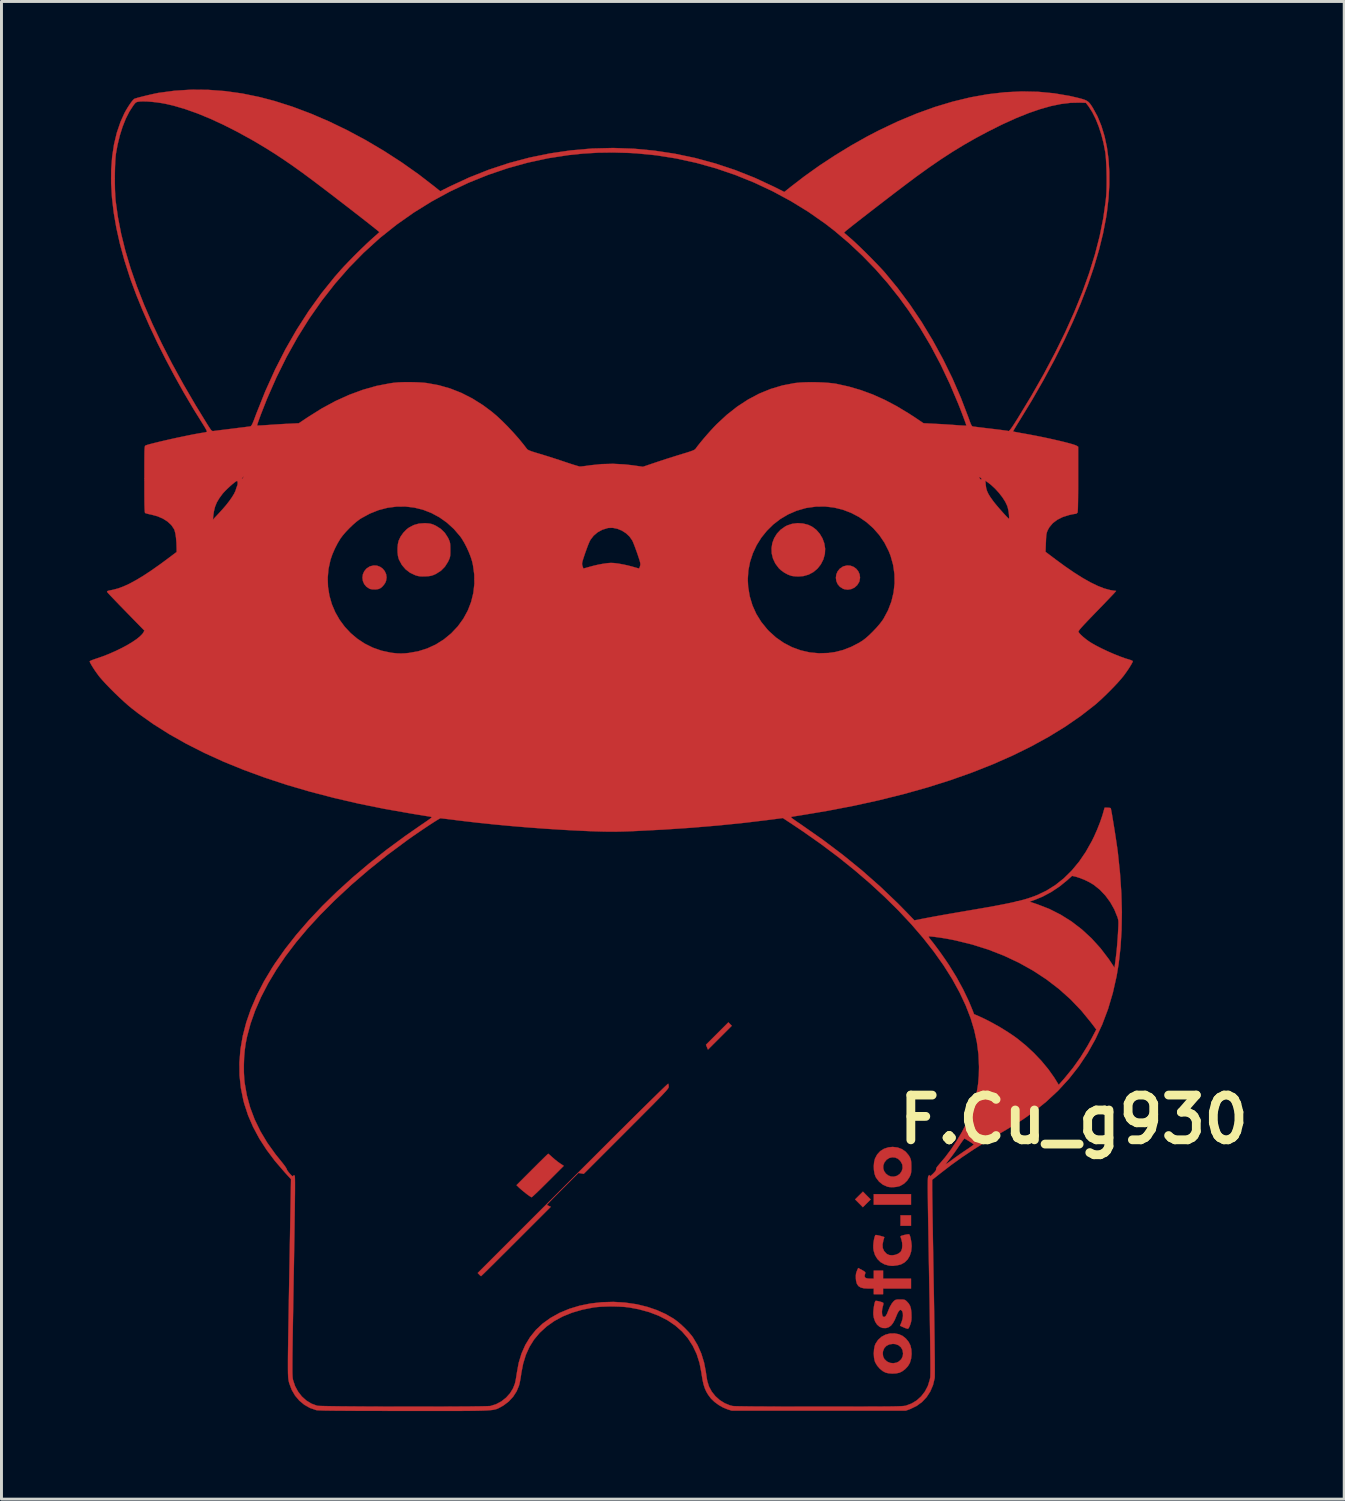
<source format=kicad_pcb>
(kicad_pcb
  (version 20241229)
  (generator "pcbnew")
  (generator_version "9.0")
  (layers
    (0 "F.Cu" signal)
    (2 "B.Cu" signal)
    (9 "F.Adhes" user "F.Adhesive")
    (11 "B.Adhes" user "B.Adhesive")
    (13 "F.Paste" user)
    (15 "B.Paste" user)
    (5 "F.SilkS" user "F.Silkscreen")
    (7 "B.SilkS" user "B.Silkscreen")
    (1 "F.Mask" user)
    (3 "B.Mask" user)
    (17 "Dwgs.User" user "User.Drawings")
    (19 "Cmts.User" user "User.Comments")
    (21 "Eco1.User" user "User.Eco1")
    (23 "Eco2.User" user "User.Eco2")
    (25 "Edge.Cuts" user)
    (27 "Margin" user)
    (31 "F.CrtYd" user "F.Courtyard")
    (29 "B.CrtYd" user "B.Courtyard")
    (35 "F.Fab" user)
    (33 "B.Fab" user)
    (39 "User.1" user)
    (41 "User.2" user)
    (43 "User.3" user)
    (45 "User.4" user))
  (footprint "F.Cu_g930"
    (layer "F.Cu")
    (at 33.533 35.092)
    (property "Reference" "F.Cu_g930" (at 0 0 0) (layer "F.SilkS") (effects (font (size 1.524 1.524) (thickness 0.3))))
    (attr through_hole)
    (fp_poly (pts (xy -5.546 2.9) (xy -6.816 2.9) (xy -6.816 2.54) (xy -5.546 2.54) (xy -5.546 2.9)) (stroke (width 0.01) (type solid)) (fill yes) (layer "F.Cu"))
    (fp_poly (pts (xy -5.546 3.619) (xy -5.905 3.619) (xy -5.905 3.26) (xy -5.546 3.26) (xy -5.546 3.619)) (stroke (width 0.01) (type solid)) (fill yes) (layer "F.Cu"))
    (fp_poly (pts (xy -11.711 -3.254) (xy -11.653 -3.196) (xy -12.464 -2.385) (xy -12.498 -2.467) (xy -12.532 -2.549) (xy -11.769 -3.312) (xy -11.711 -3.254)) (stroke (width 0.01) (type solid)) (fill yes) (layer "F.Cu"))
    (fp_poly (pts (xy -7.053 2.588) (xy -6.921 2.721) (xy -7.054 2.853) (xy -7.187 2.985) (xy -7.451 2.719) (xy -7.318 2.587) (xy -7.185 2.455) (xy -7.053 2.588)) (stroke (width 0.01) (type solid)) (fill yes) (layer "F.Cu"))
    (fp_poly (pts (xy -7.612 -18.871) (xy -7.506 -18.832) (xy -7.415 -18.767) (xy -7.344 -18.68) (xy -7.298 -18.577) (xy -7.283 -18.463) (xy -7.303 -18.343) (xy -7.314 -18.314) (xy -7.38 -18.207) (xy -7.471 -18.125) (xy -7.581 -18.073) (xy -7.7 -18.053) (xy -7.82 -18.069) (xy -7.863 -18.085) (xy -7.969 -18.152) (xy -8.045 -18.241) (xy -8.09 -18.345) (xy -8.106 -18.457) (xy -8.092 -18.569) (xy -8.048 -18.675) (xy -7.975 -18.766) (xy -7.872 -18.837) (xy -7.848 -18.848) (xy -7.728 -18.878) (xy -7.612 -18.871)) (stroke (width 0.01) (type solid)) (fill yes) (layer "F.Cu"))
    (fp_poly (pts (xy -23.741 -18.872) (xy -23.636 -18.833) (xy -23.545 -18.769) (xy -23.475 -18.683) (xy -23.429 -18.582) (xy -23.413 -18.47) (xy -23.431 -18.353) (xy -23.458 -18.288) (xy -23.506 -18.216) (xy -23.567 -18.148) (xy -23.586 -18.131) (xy -23.642 -18.093) (xy -23.7 -18.072) (xy -23.777 -18.062) (xy -23.797 -18.061) (xy -23.896 -18.063) (xy -23.974 -18.077) (xy -23.992 -18.084) (xy -24.099 -18.153) (xy -24.175 -18.244) (xy -24.22 -18.349) (xy -24.235 -18.462) (xy -24.22 -18.575) (xy -24.174 -18.68) (xy -24.099 -18.771) (xy -23.994 -18.84) (xy -23.977 -18.848) (xy -23.857 -18.878) (xy -23.741 -18.872)) (stroke (width 0.01) (type solid)) (fill yes) (layer "F.Cu"))
    (fp_poly (pts (xy -7.217 5.124) (xy -7.146 5.166) (xy -7.108 5.197) (xy -7.101 5.223) (xy -7.102 5.226) (xy -7.126 5.308) (xy -7.122 5.364) (xy -7.087 5.398) (xy -7.016 5.415) (xy -6.933 5.419) (xy -6.816 5.419) (xy -6.816 5.144) (xy -6.498 5.144) (xy -6.498 5.419) (xy -5.546 5.419) (xy -5.546 5.757) (xy -6.498 5.757) (xy -6.498 5.948) (xy -6.816 5.948) (xy -6.816 5.757) (xy -7.001 5.757) (xy -7.147 5.749) (xy -7.258 5.722) (xy -7.337 5.672) (xy -7.389 5.597) (xy -7.418 5.493) (xy -7.426 5.41) (xy -7.427 5.312) (xy -7.418 5.238) (xy -7.396 5.169) (xy -7.39 5.155) (xy -7.346 5.056) (xy -7.217 5.124)) (stroke (width 0.01) (type solid)) (fill yes) (layer "F.Cu"))
    (fp_poly (pts (xy -17.886 1.178) (xy -17.844 1.213) (xy -17.787 1.265) (xy -17.768 1.282) (xy -17.686 1.354) (xy -17.592 1.429) (xy -17.51 1.488) (xy -17.377 1.576) (xy -17.912 2.111) (xy -18.036 2.234) (xy -18.151 2.348) (xy -18.254 2.448) (xy -18.341 2.531) (xy -18.409 2.594) (xy -18.453 2.633) (xy -18.471 2.646) (xy -18.498 2.634) (xy -18.549 2.601) (xy -18.615 2.554) (xy -18.651 2.527) (xy -18.734 2.461) (xy -18.816 2.393) (xy -18.883 2.334) (xy -18.897 2.321) (xy -18.987 2.234) (xy -18.453 1.699) (xy -18.329 1.576) (xy -18.215 1.462) (xy -18.114 1.363) (xy -18.029 1.279) (xy -17.963 1.216) (xy -17.921 1.177) (xy -17.906 1.164) (xy -17.886 1.178)) (stroke (width 0.01) (type solid)) (fill yes) (layer "F.Cu"))
    (fp_poly (pts (xy -9.229 -20.308) (xy -9.052 -20.263) (xy -8.921 -20.202) (xy -8.776 -20.094) (xy -8.656 -19.957) (xy -8.562 -19.799) (xy -8.5 -19.628) (xy -8.472 -19.449) (xy -8.481 -19.273) (xy -8.533 -19.084) (xy -8.619 -18.915) (xy -8.733 -18.771) (xy -8.873 -18.653) (xy -9.034 -18.567) (xy -9.211 -18.516) (xy -9.381 -18.502) (xy -9.472 -18.506) (xy -9.558 -18.514) (xy -9.618 -18.523) (xy -9.74 -18.567) (xy -9.868 -18.637) (xy -9.987 -18.724) (xy -10.054 -18.789) (xy -10.17 -18.945) (xy -10.249 -19.114) (xy -10.292 -19.289) (xy -10.298 -19.467) (xy -10.271 -19.641) (xy -10.209 -19.807) (xy -10.115 -19.96) (xy -9.99 -20.094) (xy -9.834 -20.205) (xy -9.764 -20.241) (xy -9.595 -20.297) (xy -9.413 -20.32) (xy -9.229 -20.308)) (stroke (width 0.01) (type solid)) (fill yes) (layer "F.Cu"))
    (fp_poly (pts (xy -22.069 -20.316) (xy -21.967 -20.308) (xy -21.888 -20.293) (xy -21.811 -20.266) (xy -21.732 -20.229) (xy -21.567 -20.125) (xy -21.431 -19.992) (xy -21.324 -19.828) (xy -21.308 -19.796) (xy -21.279 -19.731) (xy -21.259 -19.677) (xy -21.248 -19.622) (xy -21.243 -19.555) (xy -21.241 -19.462) (xy -21.241 -19.409) (xy -21.241 -19.302) (xy -21.244 -19.226) (xy -21.253 -19.168) (xy -21.268 -19.116) (xy -21.294 -19.058) (xy -21.32 -19.003) (xy -21.424 -18.838) (xy -21.557 -18.702) (xy -21.721 -18.596) (xy -21.757 -18.578) (xy -21.832 -18.546) (xy -21.901 -18.525) (xy -21.978 -18.513) (xy -22.081 -18.507) (xy -22.096 -18.506) (xy -22.203 -18.504) (xy -22.283 -18.508) (xy -22.354 -18.521) (xy -22.429 -18.544) (xy -22.439 -18.547) (xy -22.615 -18.631) (xy -22.767 -18.748) (xy -22.892 -18.895) (xy -22.987 -19.071) (xy -23 -19.103) (xy -23.026 -19.206) (xy -23.039 -19.333) (xy -23.04 -19.471) (xy -23.028 -19.602) (xy -23.004 -19.713) (xy -23.001 -19.722) (xy -22.936 -19.86) (xy -22.841 -19.994) (xy -22.728 -20.11) (xy -22.648 -20.17) (xy -22.485 -20.255) (xy -22.311 -20.304) (xy -22.119 -20.318) (xy -22.069 -20.316)) (stroke (width 0.01) (type solid)) (fill yes) (layer "F.Cu"))
    (fp_poly (pts (xy -5.961 7.312) (xy -5.836 7.368) (xy -5.722 7.459) (xy -5.628 7.574) (xy -5.567 7.694) (xy -5.535 7.831) (xy -5.526 7.985) (xy -5.542 8.14) (xy -5.582 8.279) (xy -5.587 8.293) (xy -5.652 8.401) (xy -5.745 8.501) (xy -5.852 8.581) (xy -5.941 8.623) (xy -6.052 8.647) (xy -6.182 8.654) (xy -6.311 8.644) (xy -6.413 8.62) (xy -6.513 8.567) (xy -6.612 8.485) (xy -6.699 8.384) (xy -6.763 8.276) (xy -6.782 8.228) (xy -6.807 8.107) (xy -6.815 7.971) (xy -6.815 7.969) (xy -6.509 7.969) (xy -6.496 8.072) (xy -6.455 8.156) (xy -6.378 8.23) (xy -6.35 8.25) (xy -6.258 8.289) (xy -6.151 8.3) (xy -6.044 8.282) (xy -5.964 8.244) (xy -5.877 8.163) (xy -5.829 8.063) (xy -5.817 7.969) (xy -5.836 7.853) (xy -5.889 7.758) (xy -5.972 7.688) (xy -6.079 7.649) (xy -6.161 7.641) (xy -6.284 7.659) (xy -6.385 7.709) (xy -6.458 7.787) (xy -6.5 7.889) (xy -6.509 7.969) (xy -6.815 7.969) (xy -6.807 7.834) (xy -6.784 7.712) (xy -6.757 7.639) (xy -6.669 7.506) (xy -6.554 7.401) (xy -6.418 7.328) (xy -6.265 7.288) (xy -6.103 7.285) (xy -5.961 7.312)) (stroke (width 0.01) (type solid)) (fill yes) (layer "F.Cu"))
    (fp_poly (pts (xy -6.003 0.951) (xy -5.853 1.007) (xy -5.725 1.098) (xy -5.622 1.221) (xy -5.584 1.288) (xy -5.561 1.34) (xy -5.547 1.394) (xy -5.539 1.46) (xy -5.536 1.552) (xy -5.535 1.609) (xy -5.536 1.713) (xy -5.541 1.788) (xy -5.551 1.846) (xy -5.57 1.899) (xy -5.594 1.952) (xy -5.677 2.079) (xy -5.784 2.183) (xy -5.908 2.256) (xy -5.949 2.272) (xy -6.049 2.294) (xy -6.162 2.304) (xy -6.271 2.301) (xy -6.35 2.287) (xy -6.503 2.219) (xy -6.632 2.117) (xy -6.734 1.984) (xy -6.754 1.947) (xy -6.79 1.845) (xy -6.81 1.718) (xy -6.812 1.666) (xy -6.492 1.666) (xy -6.461 1.759) (xy -6.404 1.839) (xy -6.327 1.901) (xy -6.234 1.938) (xy -6.132 1.944) (xy -6.025 1.916) (xy -6.019 1.913) (xy -5.927 1.848) (xy -5.864 1.759) (xy -5.834 1.656) (xy -5.841 1.548) (xy -5.852 1.511) (xy -5.911 1.408) (xy -5.991 1.335) (xy -6.085 1.294) (xy -6.186 1.285) (xy -6.285 1.308) (xy -6.376 1.365) (xy -6.45 1.455) (xy -6.454 1.462) (xy -6.491 1.565) (xy -6.492 1.666) (xy -6.812 1.666) (xy -6.815 1.58) (xy -6.803 1.446) (xy -6.775 1.332) (xy -6.774 1.329) (xy -6.7 1.189) (xy -6.596 1.076) (xy -6.466 0.994) (xy -6.314 0.945) (xy -6.17 0.931) (xy -6.003 0.951)) (stroke (width 0.01) (type solid)) (fill yes) (layer "F.Cu"))
    (fp_poly (pts (xy -5.607 3.91) (xy -5.587 3.948) (xy -5.566 4.017) (xy -5.548 4.104) (xy -5.533 4.198) (xy -5.525 4.288) (xy -5.524 4.319) (xy -5.541 4.49) (xy -5.589 4.641) (xy -5.665 4.768) (xy -5.767 4.867) (xy -5.891 4.935) (xy -6.011 4.964) (xy -6.08 4.973) (xy -6.136 4.981) (xy -6.149 4.983) (xy -6.194 4.984) (xy -6.262 4.978) (xy -6.298 4.974) (xy -6.451 4.932) (xy -6.584 4.856) (xy -6.692 4.749) (xy -6.773 4.617) (xy -6.821 4.462) (xy -6.832 4.373) (xy -6.832 4.286) (xy -6.824 4.189) (xy -6.809 4.093) (xy -6.79 4.009) (xy -6.768 3.95) (xy -6.756 3.933) (xy -6.733 3.932) (xy -6.682 3.941) (xy -6.617 3.955) (xy -6.55 3.973) (xy -6.493 3.989) (xy -6.46 4.003) (xy -6.456 4.007) (xy -6.462 4.028) (xy -6.476 4.076) (xy -6.488 4.115) (xy -6.516 4.256) (xy -6.509 4.376) (xy -6.464 4.479) (xy -6.382 4.567) (xy -6.365 4.58) (xy -6.285 4.615) (xy -6.187 4.624) (xy -6.084 4.608) (xy -5.987 4.571) (xy -5.91 4.515) (xy -5.882 4.478) (xy -5.854 4.401) (xy -5.843 4.3) (xy -5.849 4.191) (xy -5.873 4.087) (xy -5.874 4.085) (xy -5.893 4.027) (xy -5.904 3.987) (xy -5.905 3.979) (xy -5.887 3.965) (xy -5.839 3.948) (xy -5.775 3.931) (xy -5.707 3.916) (xy -5.648 3.907) (xy -5.612 3.907) (xy -5.607 3.91)) (stroke (width 0.01) (type solid)) (fill yes) (layer "F.Cu"))
    (fp_poly (pts (xy -13.806 -1.184) (xy -13.801 -1.127) (xy -13.801 -1.122) (xy -13.802 -1.108) (xy -13.807 -1.092) (xy -13.817 -1.073) (xy -13.834 -1.047) (xy -13.861 -1.014) (xy -13.897 -0.971) (xy -13.947 -0.917) (xy -14.01 -0.849) (xy -14.089 -0.767) (xy -14.186 -0.668) (xy -14.302 -0.549) (xy -14.439 -0.411) (xy -14.6 -0.25) (xy -14.785 -0.064) (xy -14.996 0.147) (xy -15.235 0.387) (xy -15.248 0.4) (xy -16.696 1.848) (xy -16.787 1.833) (xy -16.878 1.818) (xy -17.414 2.354) (xy -17.537 2.477) (xy -17.651 2.592) (xy -17.751 2.693) (xy -17.834 2.779) (xy -17.897 2.844) (xy -17.937 2.887) (xy -17.949 2.902) (xy -17.932 2.919) (xy -17.889 2.941) (xy -17.884 2.943) (xy -17.819 2.97) (xy -19 4.152) (xy -19.186 4.337) (xy -19.363 4.514) (xy -19.529 4.679) (xy -19.681 4.831) (xy -19.818 4.967) (xy -19.938 5.085) (xy -20.037 5.183) (xy -20.114 5.258) (xy -20.167 5.309) (xy -20.192 5.332) (xy -20.195 5.334) (xy -20.216 5.32) (xy -20.252 5.286) (xy -20.257 5.28) (xy -20.308 5.227) (xy -17.071 1.99) (xy -16.65 1.569) (xy -16.258 1.178) (xy -15.896 0.816) (xy -15.562 0.483) (xy -15.257 0.18) (xy -14.981 -0.094) (xy -14.734 -0.338) (xy -14.517 -0.552) (xy -14.328 -0.737) (xy -14.169 -0.893) (xy -14.04 -1.018) (xy -13.94 -1.114) (xy -13.87 -1.179) (xy -13.829 -1.215) (xy -13.818 -1.222) (xy -13.806 -1.184)) (stroke (width 0.01) (type solid)) (fill yes) (layer "F.Cu"))
    (fp_poly (pts (xy -5.833 6.129) (xy -5.779 6.136) (xy -5.741 6.152) (xy -5.704 6.181) (xy -5.693 6.191) (xy -5.625 6.266) (xy -5.578 6.346) (xy -5.549 6.441) (xy -5.534 6.562) (xy -5.531 6.636) (xy -5.529 6.746) (xy -5.533 6.828) (xy -5.546 6.899) (xy -5.568 6.973) (xy -5.572 6.985) (xy -5.602 7.059) (xy -5.631 7.11) (xy -5.652 7.127) (xy -5.687 7.121) (xy -5.746 7.101) (xy -5.802 7.078) (xy -5.921 7.024) (xy -5.871 6.904) (xy -5.837 6.797) (xy -5.821 6.693) (xy -5.824 6.601) (xy -5.845 6.532) (xy -5.863 6.509) (xy -5.896 6.483) (xy -5.922 6.487) (xy -5.947 6.508) (xy -5.978 6.549) (xy -6.012 6.613) (xy -6.032 6.66) (xy -6.096 6.815) (xy -6.16 6.932) (xy -6.226 7.016) (xy -6.3 7.07) (xy -6.384 7.099) (xy -6.403 7.103) (xy -6.515 7.1) (xy -6.616 7.059) (xy -6.702 6.986) (xy -6.769 6.882) (xy -6.814 6.753) (xy -6.83 6.643) (xy -6.831 6.568) (xy -6.824 6.476) (xy -6.812 6.38) (xy -6.796 6.291) (xy -6.778 6.221) (xy -6.76 6.18) (xy -6.758 6.178) (xy -6.731 6.175) (xy -6.678 6.183) (xy -6.613 6.198) (xy -6.55 6.217) (xy -6.504 6.236) (xy -6.491 6.245) (xy -6.486 6.273) (xy -6.496 6.326) (xy -6.508 6.368) (xy -6.529 6.457) (xy -6.537 6.548) (xy -6.532 6.63) (xy -6.515 6.692) (xy -6.494 6.717) (xy -6.45 6.724) (xy -6.406 6.689) (xy -6.363 6.614) (xy -6.341 6.557) (xy -6.271 6.388) (xy -6.197 6.26) (xy -6.139 6.191) (xy -6.101 6.158) (xy -6.064 6.139) (xy -6.015 6.13) (xy -5.941 6.128) (xy -5.916 6.128) (xy -5.833 6.129)) (stroke (width 0.01) (type solid)) (fill yes) (layer "F.Cu"))
    (fp_poly (pts (xy -29.499 -35.082) (xy -28.919 -35.039) (xy -28.331 -34.957) (xy -27.738 -34.835) (xy -27.231 -34.702) (xy -26.619 -34.507) (xy -25.997 -34.273) (xy -25.371 -34.004) (xy -24.745 -33.701) (xy -24.123 -33.368) (xy -23.509 -33.005) (xy -22.907 -32.616) (xy -22.322 -32.203) (xy -21.783 -31.787) (xy -21.584 -31.627) (xy -21.254 -31.792) (xy -20.598 -32.096) (xy -19.927 -32.361) (xy -19.243 -32.587) (xy -18.548 -32.772) (xy -17.844 -32.916) (xy -17.133 -33.02) (xy -16.417 -33.082) (xy -16.394 -33.083) (xy -15.693 -33.1) (xy -14.99 -33.076) (xy -14.288 -33.01) (xy -13.589 -32.904) (xy -12.894 -32.758) (xy -12.208 -32.571) (xy -11.53 -32.346) (xy -10.865 -32.082) (xy -10.214 -31.779) (xy -10.196 -31.77) (xy -9.862 -31.602) (xy -9.656 -31.768) (xy -9.179 -32.135) (xy -8.67 -32.498) (xy -8.136 -32.849) (xy -7.59 -33.183) (xy -7.039 -33.493) (xy -6.623 -33.709) (xy -5.987 -34.01) (xy -5.358 -34.272) (xy -4.737 -34.496) (xy -4.125 -34.68) (xy -3.521 -34.826) (xy -2.928 -34.932) (xy -2.346 -34.999) (xy -1.774 -35.027) (xy -1.215 -35.015) (xy -0.668 -34.963) (xy -0.134 -34.872) (xy 0.148 -34.806) (xy 0.277 -34.772) (xy 0.373 -34.741) (xy 0.445 -34.707) (xy 0.503 -34.664) (xy 0.555 -34.606) (xy 0.609 -34.528) (xy 0.646 -34.47) (xy 0.806 -34.178) (xy 0.939 -33.854) (xy 1.047 -33.501) (xy 1.128 -33.122) (xy 1.182 -32.718) (xy 1.209 -32.292) (xy 1.209 -31.847) (xy 1.182 -31.385) (xy 1.127 -30.908) (xy 1.1 -30.734) (xy 0.996 -30.191) (xy 0.857 -29.627) (xy 0.684 -29.042) (xy 0.478 -28.439) (xy 0.239 -27.818) (xy -0.033 -27.181) (xy -0.336 -26.53) (xy -0.67 -25.865) (xy -1.035 -25.19) (xy -1.429 -24.504) (xy -1.852 -23.81) (xy -1.868 -23.785) (xy -1.934 -23.679) (xy -1.99 -23.586) (xy -2.034 -23.512) (xy -2.062 -23.462) (xy -2.071 -23.443) (xy -2.071 -23.442) (xy -2.049 -23.437) (xy -1.992 -23.425) (xy -1.906 -23.409) (xy -1.799 -23.389) (xy -1.683 -23.369) (xy -1.481 -23.332) (xy -1.272 -23.292) (xy -1.063 -23.25) (xy -0.856 -23.206) (xy -0.658 -23.162) (xy -0.472 -23.119) (xy -0.304 -23.078) (xy -0.158 -23.04) (xy -0.039 -23.006) (xy 0.048 -22.977) (xy 0.098 -22.955) (xy 0.101 -22.954) (xy 0.148 -22.923) (xy 0.148 -21.821) (xy 0.148 -21.542) (xy 0.146 -21.3) (xy 0.144 -21.097) (xy 0.141 -20.933) (xy 0.138 -20.808) (xy 0.133 -20.725) (xy 0.128 -20.682) (xy 0.126 -20.678) (xy 0.089 -20.645) (xy 0.057 -20.637) (xy 0.016 -20.632) (xy -0.054 -20.62) (xy -0.139 -20.601) (xy -0.164 -20.595) (xy -0.38 -20.527) (xy -0.564 -20.435) (xy -0.715 -20.32) (xy -0.831 -20.183) (xy -0.879 -20.099) (xy -0.903 -20.047) (xy -0.92 -20) (xy -0.932 -19.947) (xy -0.94 -19.881) (xy -0.946 -19.792) (xy -0.951 -19.671) (xy -0.952 -19.658) (xy -0.963 -19.342) (xy -0.634 -19.093) (xy -0.295 -18.845) (xy 0.018 -18.63) (xy 0.308 -18.448) (xy 0.574 -18.298) (xy 0.817 -18.18) (xy 1.038 -18.094) (xy 1.238 -18.04) (xy 1.34 -18.023) (xy 1.442 -18.01) (xy 1.364 -17.921) (xy 1.331 -17.886) (xy 1.273 -17.825) (xy 1.193 -17.741) (xy 1.095 -17.639) (xy 0.983 -17.522) (xy 0.86 -17.395) (xy 0.73 -17.261) (xy 0.715 -17.246) (xy 0.565 -17.09) (xy 0.442 -16.962) (xy 0.345 -16.859) (xy 0.271 -16.778) (xy 0.217 -16.716) (xy 0.182 -16.671) (xy 0.163 -16.64) (xy 0.158 -16.621) (xy 0.158 -16.617) (xy 0.186 -16.573) (xy 0.243 -16.512) (xy 0.321 -16.441) (xy 0.413 -16.366) (xy 0.513 -16.293) (xy 0.603 -16.235) (xy 0.764 -16.144) (xy 0.952 -16.048) (xy 1.155 -15.952) (xy 1.363 -15.861) (xy 1.565 -15.78) (xy 1.75 -15.713) (xy 1.879 -15.674) (xy 1.946 -15.652) (xy 1.994 -15.631) (xy 2.011 -15.617) (xy 1.999 -15.582) (xy 1.966 -15.52) (xy 1.917 -15.438) (xy 1.857 -15.344) (xy 1.789 -15.245) (xy 1.718 -15.147) (xy 1.691 -15.111) (xy 1.606 -15.008) (xy 1.497 -14.885) (xy 1.369 -14.748) (xy 1.229 -14.605) (xy 1.085 -14.462) (xy 0.944 -14.328) (xy 0.812 -14.208) (xy 0.72 -14.128) (xy 0.236 -13.752) (xy -0.287 -13.391) (xy -0.848 -13.046) (xy -1.447 -12.717) (xy -2.082 -12.404) (xy -2.753 -12.107) (xy -3.459 -11.828) (xy -4.2 -11.565) (xy -4.975 -11.32) (xy -5.784 -11.093) (xy -6.624 -10.883) (xy -7.497 -10.691) (xy -8.4 -10.518) (xy -8.943 -10.426) (xy -9.1 -10.4) (xy -9.246 -10.376) (xy -9.375 -10.355) (xy -9.481 -10.338) (xy -9.558 -10.325) (xy -9.601 -10.318) (xy -9.603 -10.318) (xy -9.623 -10.313) (xy -9.632 -10.305) (xy -9.625 -10.291) (xy -9.601 -10.267) (xy -9.554 -10.232) (xy -9.482 -10.181) (xy -9.381 -10.112) (xy -9.28 -10.043) (xy -8.554 -9.535) (xy -7.867 -9.017) (xy -7.214 -8.485) (xy -6.593 -7.937) (xy -5.999 -7.37) (xy -5.685 -7.05) (xy -5.433 -6.788) (xy -4.976 -6.876) (xy -4.853 -6.899) (xy -4.696 -6.928) (xy -4.513 -6.961) (xy -4.309 -6.997) (xy -4.094 -7.034) (xy -3.874 -7.072) (xy -3.656 -7.11) (xy -3.588 -7.121) (xy -3.244 -7.18) (xy -2.939 -7.233) (xy -2.669 -7.282) (xy -2.431 -7.328) (xy -2.22 -7.37) (xy -2.033 -7.411) (xy -1.983 -7.423) (xy -1.507 -7.423) (xy -1.239 -7.333) (xy -0.834 -7.176) (xy -0.447 -6.98) (xy -0.077 -6.748) (xy 0.273 -6.479) (xy 0.601 -6.177) (xy 0.906 -5.841) (xy 1.186 -5.474) (xy 1.264 -5.358) (xy 1.385 -5.175) (xy 1.401 -5.281) (xy 1.409 -5.343) (xy 1.421 -5.436) (xy 1.435 -5.545) (xy 1.448 -5.66) (xy 1.449 -5.662) (xy 1.461 -5.777) (xy 1.474 -5.92) (xy 1.486 -6.079) (xy 1.498 -6.239) (xy 1.505 -6.353) (xy 1.513 -6.496) (xy 1.518 -6.604) (xy 1.52 -6.686) (xy 1.519 -6.747) (xy 1.514 -6.795) (xy 1.504 -6.838) (xy 1.491 -6.884) (xy 1.484 -6.904) (xy 1.379 -7.162) (xy 1.241 -7.407) (xy 1.076 -7.631) (xy 0.889 -7.829) (xy 0.684 -7.993) (xy 0.661 -8.009) (xy 0.528 -8.088) (xy 0.376 -8.162) (xy 0.222 -8.225) (xy 0.081 -8.271) (xy 0.049 -8.279) (xy -0.06 -8.303) (xy -0.217 -8.161) (xy -0.482 -7.945) (xy -0.768 -7.754) (xy -1.068 -7.594) (xy -1.341 -7.482) (xy -1.507 -7.423) (xy -1.983 -7.423) (xy -1.868 -7.45) (xy -1.719 -7.489) (xy -1.585 -7.528) (xy -1.461 -7.569) (xy -1.344 -7.611) (xy -1.249 -7.648) (xy -0.929 -7.801) (xy -0.625 -7.992) (xy -0.338 -8.221) (xy -0.07 -8.486) (xy 0.179 -8.786) (xy 0.407 -9.12) (xy 0.614 -9.488) (xy 0.687 -9.636) (xy 0.796 -9.881) (xy 0.893 -10.127) (xy 0.973 -10.361) (xy 1.001 -10.458) (xy 1.048 -10.625) (xy 1.147 -10.626) (xy 1.208 -10.622) (xy 1.249 -10.614) (xy 1.257 -10.608) (xy 1.265 -10.581) (xy 1.277 -10.517) (xy 1.295 -10.423) (xy 1.315 -10.304) (xy 1.338 -10.166) (xy 1.363 -10.014) (xy 1.389 -9.854) (xy 1.414 -9.692) (xy 1.438 -9.534) (xy 1.46 -9.384) (xy 1.48 -9.249) (xy 1.495 -9.135) (xy 1.502 -9.081) (xy 1.574 -8.387) (xy 1.619 -7.718) (xy 1.637 -7.073) (xy 1.627 -6.455) (xy 1.591 -5.865) (xy 1.527 -5.305) (xy 1.458 -4.889) (xy 1.329 -4.316) (xy 1.166 -3.766) (xy 0.968 -3.241) (xy 0.736 -2.741) (xy 0.47 -2.265) (xy 0.169 -1.814) (xy -0.167 -1.387) (xy -0.536 -0.985) (xy -0.94 -0.609) (xy -1.378 -0.257) (xy -1.725 -0.012) (xy -1.83 0.056) (xy -1.962 0.139) (xy -2.112 0.231) (xy -2.27 0.326) (xy -2.427 0.419) (xy -2.508 0.466) (xy -2.967 0.737) (xy -3.392 1.003) (xy -3.79 1.269) (xy -4.167 1.539) (xy -4.53 1.818) (xy -4.548 1.832) (xy -4.826 2.053) (xy -4.826 2.334) (xy -4.826 2.388) (xy -4.824 2.482) (xy -4.823 2.613) (xy -4.82 2.778) (xy -4.817 2.975) (xy -4.814 3.201) (xy -4.81 3.453) (xy -4.805 3.729) (xy -4.801 4.026) (xy -4.795 4.342) (xy -4.79 4.673) (xy -4.784 5.017) (xy -4.778 5.371) (xy -4.773 5.652) (xy -4.765 6.114) (xy -4.758 6.543) (xy -4.752 6.937) (xy -4.747 7.296) (xy -4.743 7.618) (xy -4.74 7.904) (xy -4.737 8.153) (xy -4.736 8.362) (xy -4.735 8.533) (xy -4.736 8.664) (xy -4.737 8.754) (xy -4.739 8.803) (xy -4.74 8.808) (xy -4.798 9.048) (xy -4.891 9.264) (xy -5.015 9.456) (xy -5.17 9.62) (xy -5.353 9.755) (xy -5.563 9.857) (xy -5.591 9.868) (xy -5.726 9.917) (xy -11.652 9.917) (xy -11.804 9.869) (xy -11.949 9.809) (xy -12.098 9.724) (xy -12.237 9.622) (xy -12.352 9.513) (xy -12.374 9.487) (xy -12.454 9.38) (xy -12.519 9.272) (xy -12.571 9.156) (xy -12.614 9.024) (xy -12.649 8.867) (xy -12.68 8.677) (xy -12.687 8.625) (xy -12.751 8.295) (xy -12.849 7.988) (xy -12.982 7.707) (xy -13.148 7.45) (xy -13.347 7.219) (xy -13.579 7.015) (xy -13.843 6.836) (xy -14.14 6.684) (xy -14.468 6.559) (xy -14.827 6.461) (xy -15.145 6.402) (xy -15.304 6.383) (xy -15.492 6.372) (xy -15.695 6.366) (xy -15.901 6.368) (xy -16.098 6.375) (xy -16.273 6.39) (xy -16.362 6.401) (xy -16.743 6.476) (xy -17.092 6.578) (xy -17.41 6.706) (xy -17.698 6.862) (xy -17.958 7.046) (xy -18.19 7.258) (xy -18.204 7.273) (xy -18.391 7.497) (xy -18.545 7.744) (xy -18.668 8.015) (xy -18.76 8.314) (xy -18.824 8.641) (xy -18.829 8.683) (xy -18.846 8.798) (xy -18.867 8.912) (xy -18.888 9.01) (xy -18.903 9.067) (xy -18.985 9.262) (xy -19.103 9.444) (xy -19.252 9.604) (xy -19.425 9.736) (xy -19.508 9.784) (xy -19.545 9.804) (xy -19.577 9.821) (xy -19.609 9.837) (xy -19.641 9.852) (xy -19.676 9.864) (xy -19.716 9.875) (xy -19.764 9.885) (xy -19.821 9.894) (xy -19.889 9.901) (xy -19.972 9.907) (xy -20.071 9.912) (xy -20.188 9.916) (xy -20.325 9.919) (xy -20.485 9.922) (xy -20.67 9.923) (xy -20.882 9.925) (xy -21.124 9.925) (xy -21.397 9.926) (xy -21.703 9.926) (xy -22.046 9.926) (xy -22.426 9.925) (xy -22.818 9.925) (xy -23.25 9.925) (xy -23.641 9.924) (xy -23.994 9.924) (xy -24.31 9.923) (xy -24.59 9.922) (xy -24.836 9.92) (xy -25.05 9.919) (xy -25.234 9.917) (xy -25.389 9.915) (xy -25.518 9.913) (xy -25.621 9.91) (xy -25.701 9.907) (xy -25.759 9.904) (xy -25.797 9.9) (xy -25.813 9.897) (xy -26.024 9.824) (xy -26.216 9.715) (xy -26.386 9.574) (xy -26.53 9.404) (xy -26.644 9.209) (xy -26.726 8.992) (xy -26.735 8.959) (xy -26.742 8.932) (xy -26.748 8.906) (xy -26.753 8.878) (xy -26.758 8.846) (xy -26.762 8.809) (xy -26.766 8.765) (xy -26.768 8.711) (xy -26.771 8.645) (xy -26.772 8.566) (xy -26.773 8.472) (xy -26.773 8.361) (xy -26.773 8.23) (xy -26.772 8.078) (xy -26.77 7.903) (xy -26.767 7.703) (xy -26.764 7.476) (xy -26.76 7.22) (xy -26.755 6.934) (xy -26.75 6.614) (xy -26.744 6.259) (xy -26.737 5.868) (xy -26.729 5.438) (xy -26.722 5.038) (xy -26.669 2.031) (xy -26.888 1.791) (xy -27.217 1.408) (xy -27.504 1.026) (xy -27.752 0.641) (xy -27.959 0.254) (xy -28.129 -0.138) (xy -28.26 -0.536) (xy -28.289 -0.643) (xy -28.376 -1.072) (xy -28.423 -1.507) (xy -28.426 -1.86) (xy -28.275 -1.86) (xy -28.274 -1.608) (xy -28.261 -1.375) (xy -28.249 -1.255) (xy -28.174 -0.828) (xy -28.06 -0.41) (xy -27.906 -0.002) (xy -27.711 0.398) (xy -27.476 0.792) (xy -27.199 1.179) (xy -27.032 1.386) (xy -26.959 1.477) (xy -26.896 1.558) (xy -26.849 1.625) (xy -26.822 1.67) (xy -26.818 1.683) (xy -26.803 1.719) (xy -26.767 1.773) (xy -26.716 1.835) (xy -26.713 1.838) (xy -26.659 1.896) (xy -26.625 1.925) (xy -26.604 1.929) (xy -26.591 1.916) (xy -26.572 1.893) (xy -26.551 1.906) (xy -26.545 1.913) (xy -26.541 1.925) (xy -26.538 1.95) (xy -26.536 1.992) (xy -26.534 2.052) (xy -26.533 2.132) (xy -26.533 2.233) (xy -26.533 2.357) (xy -26.534 2.506) (xy -26.536 2.682) (xy -26.538 2.885) (xy -26.541 3.119) (xy -26.545 3.385) (xy -26.549 3.683) (xy -26.554 4.017) (xy -26.561 4.388) (xy -26.567 4.798) (xy -26.575 5.248) (xy -26.577 5.334) (xy -26.584 5.778) (xy -26.591 6.182) (xy -26.597 6.548) (xy -26.603 6.877) (xy -26.608 7.172) (xy -26.612 7.434) (xy -26.615 7.667) (xy -26.618 7.871) (xy -26.62 8.049) (xy -26.621 8.203) (xy -26.622 8.335) (xy -26.622 8.447) (xy -26.622 8.54) (xy -26.621 8.618) (xy -26.619 8.681) (xy -26.617 8.732) (xy -26.614 8.773) (xy -26.611 8.806) (xy -26.607 8.833) (xy -26.603 8.856) (xy -26.599 8.874) (xy -26.53 9.08) (xy -26.429 9.267) (xy -26.301 9.432) (xy -26.148 9.57) (xy -25.976 9.676) (xy -25.788 9.745) (xy -25.774 9.749) (xy -25.737 9.753) (xy -25.661 9.756) (xy -25.549 9.759) (xy -25.404 9.762) (xy -25.228 9.765) (xy -25.026 9.768) (xy -24.799 9.77) (xy -24.551 9.772) (xy -24.286 9.774) (xy -24.005 9.776) (xy -23.713 9.777) (xy -23.411 9.778) (xy -23.104 9.779) (xy -22.794 9.779) (xy -22.484 9.779) (xy -22.178 9.779) (xy -21.878 9.779) (xy -21.587 9.778) (xy -21.309 9.777) (xy -21.046 9.776) (xy -20.802 9.774) (xy -20.58 9.773) (xy -20.382 9.77) (xy -20.212 9.768) (xy -20.072 9.765) (xy -19.966 9.762) (xy -19.897 9.759) (xy -19.871 9.756) (xy -19.681 9.696) (xy -19.503 9.601) (xy -19.343 9.475) (xy -19.208 9.325) (xy -19.104 9.156) (xy -19.042 8.996) (xy -19.025 8.926) (xy -19.006 8.828) (xy -18.988 8.717) (xy -18.976 8.636) (xy -18.913 8.29) (xy -18.816 7.97) (xy -18.686 7.677) (xy -18.523 7.409) (xy -18.326 7.166) (xy -18.095 6.949) (xy -17.83 6.758) (xy -17.53 6.591) (xy -17.515 6.583) (xy -17.187 6.447) (xy -16.834 6.34) (xy -16.463 6.265) (xy -16.079 6.222) (xy -15.689 6.211) (xy -15.296 6.233) (xy -14.909 6.289) (xy -14.859 6.299) (xy -14.525 6.382) (xy -14.205 6.491) (xy -13.908 6.624) (xy -13.641 6.778) (xy -13.626 6.788) (xy -13.504 6.878) (xy -13.37 6.992) (xy -13.237 7.119) (xy -13.113 7.249) (xy -13.011 7.372) (xy -12.975 7.421) (xy -12.818 7.684) (xy -12.691 7.972) (xy -12.596 8.28) (xy -12.54 8.572) (xy -12.524 8.68) (xy -12.508 8.786) (xy -12.493 8.875) (xy -12.486 8.911) (xy -12.429 9.094) (xy -12.336 9.266) (xy -12.212 9.422) (xy -12.063 9.556) (xy -11.895 9.662) (xy -11.713 9.736) (xy -11.623 9.758) (xy -11.583 9.761) (xy -11.502 9.764) (xy -11.379 9.767) (xy -11.217 9.769) (xy -11.014 9.772) (xy -10.773 9.774) (xy -10.494 9.775) (xy -10.178 9.777) (xy -9.825 9.778) (xy -9.436 9.779) (xy -9.011 9.779) (xy -8.68 9.779) (xy -8.271 9.779) (xy -7.902 9.779) (xy -7.571 9.779) (xy -7.276 9.778) (xy -7.015 9.777) (xy -6.785 9.777) (xy -6.585 9.776) (xy -6.412 9.774) (xy -6.264 9.773) (xy -6.14 9.771) (xy -6.036 9.769) (xy -5.951 9.766) (xy -5.882 9.763) (xy -5.828 9.76) (xy -5.787 9.756) (xy -5.755 9.752) (xy -5.731 9.748) (xy -5.726 9.747) (xy -5.53 9.674) (xy -5.353 9.567) (xy -5.199 9.428) (xy -5.071 9.261) (xy -4.972 9.072) (xy -4.907 8.862) (xy -4.891 8.779) (xy -4.889 8.739) (xy -4.887 8.659) (xy -4.886 8.541) (xy -4.886 8.383) (xy -4.887 8.185) (xy -4.89 7.947) (xy -4.893 7.669) (xy -4.897 7.35) (xy -4.902 6.99) (xy -4.908 6.589) (xy -4.915 6.146) (xy -4.924 5.662) (xy -4.93 5.302) (xy -4.938 4.862) (xy -4.945 4.462) (xy -4.951 4.101) (xy -4.956 3.776) (xy -4.961 3.485) (xy -4.965 3.227) (xy -4.969 2.999) (xy -4.971 2.8) (xy -4.973 2.628) (xy -4.975 2.48) (xy -4.976 2.355) (xy -4.976 2.25) (xy -4.975 2.165) (xy -4.974 2.096) (xy -4.972 2.041) (xy -4.97 2) (xy -4.967 1.97) (xy -4.964 1.948) (xy -4.96 1.933) (xy -4.955 1.924) (xy -4.95 1.917) (xy -4.95 1.916) (xy -4.921 1.888) (xy -4.912 1.891) (xy -4.911 1.915) (xy -4.904 1.93) (xy -4.881 1.92) (xy -4.838 1.883) (xy -4.794 1.842) (xy -4.729 1.772) (xy -4.695 1.723) (xy -4.69 1.689) (xy -4.69 1.688) (xy -4.685 1.652) (xy -4.65 1.598) (xy -4.591 1.529) (xy -4.584 1.52) (xy -4.369 1.52) (xy -4.359 1.518) (xy -4.321 1.495) (xy -4.26 1.453) (xy -4.182 1.397) (xy -4.146 1.37) (xy -4.028 1.284) (xy -3.893 1.188) (xy -3.758 1.095) (xy -3.657 1.027) (xy -3.567 0.966) (xy -3.492 0.914) (xy -3.438 0.874) (xy -3.41 0.851) (xy -3.408 0.848) (xy -3.424 0.833) (xy -3.468 0.802) (xy -3.527 0.762) (xy -3.593 0.721) (xy -3.655 0.683) (xy -3.704 0.656) (xy -3.728 0.646) (xy -3.744 0.662) (xy -3.779 0.708) (xy -3.828 0.777) (xy -3.888 0.864) (xy -3.921 0.913) (xy -3.996 1.024) (xy -4.076 1.137) (xy -4.152 1.241) (xy -4.215 1.323) (xy -4.226 1.337) (xy -4.283 1.408) (xy -4.33 1.468) (xy -4.361 1.51) (xy -4.369 1.52) (xy -4.584 1.52) (xy -4.384 1.284) (xy -4.181 1.013) (xy -3.99 0.725) (xy -3.814 0.429) (xy -3.661 0.132) (xy -3.535 -0.154) (xy -3.482 -0.296) (xy -3.383 -0.611) (xy -3.31 -0.91) (xy -3.262 -1.206) (xy -3.236 -1.514) (xy -3.23 -1.799) (xy -3.248 -2.215) (xy -3.301 -2.627) (xy -3.391 -3.041) (xy -3.517 -3.459) (xy -3.682 -3.884) (xy -3.886 -4.319) (xy -3.896 -4.339) (xy -4.147 -4.795) (xy -4.438 -5.256) (xy -4.768 -5.721) (xy -5.135 -6.188) (xy -5.178 -6.238) (xy -4.945 -6.238) (xy -4.94 -6.216) (xy -4.912 -6.173) (xy -4.874 -6.123) (xy -4.788 -6.016) (xy -4.687 -5.882) (xy -4.575 -5.731) (xy -4.462 -5.571) (xy -4.352 -5.413) (xy -4.252 -5.264) (xy -4.249 -5.259) (xy -4 -4.856) (xy -3.776 -4.446) (xy -3.58 -4.038) (xy -3.46 -3.749) (xy -3.399 -3.592) (xy -3.25 -3.528) (xy -3.013 -3.418) (xy -2.762 -3.287) (xy -2.507 -3.143) (xy -2.262 -2.992) (xy -2.037 -2.841) (xy -1.923 -2.758) (xy -1.633 -2.522) (xy -1.356 -2.265) (xy -1.1 -1.995) (xy -0.87 -1.717) (xy -0.672 -1.439) (xy -0.6 -1.323) (xy -0.56 -1.257) (xy -0.53 -1.209) (xy -0.515 -1.186) (xy -0.515 -1.186) (xy -0.5 -1.201) (xy -0.463 -1.242) (xy -0.409 -1.303) (xy -0.342 -1.379) (xy -0.322 -1.402) (xy -0.032 -1.758) (xy 0.229 -2.124) (xy 0.468 -2.513) (xy 0.616 -2.783) (xy 0.766 -3.069) (xy 0.586 -3.307) (xy 0.253 -3.715) (xy -0.113 -4.097) (xy -0.51 -4.452) (xy -0.937 -4.779) (xy -1.392 -5.077) (xy -1.873 -5.345) (xy -2.379 -5.583) (xy -2.909 -5.79) (xy -3.461 -5.964) (xy -4.034 -6.105) (xy -4.132 -6.125) (xy -4.258 -6.149) (xy -4.39 -6.173) (xy -4.522 -6.194) (xy -4.648 -6.212) (xy -4.759 -6.227) (xy -4.851 -6.236) (xy -4.915 -6.241) (xy -4.945 -6.238) (xy -4.945 -6.238) (xy -5.178 -6.238) (xy -5.538 -6.656) (xy -5.975 -7.123) (xy -6.445 -7.587) (xy -6.945 -8.048) (xy -7.476 -8.503) (xy -8.034 -8.951) (xy -8.619 -9.39) (xy -9.229 -9.819) (xy -9.565 -10.044) (xy -9.912 -10.273) (xy -10.348 -10.216) (xy -11.227 -10.11) (xy -12.122 -10.019) (xy -13.039 -9.942) (xy -13.985 -9.879) (xy -14.964 -9.829) (xy -15.179 -9.82) (xy -15.355 -9.814) (xy -15.529 -9.81) (xy -15.705 -9.809) (xy -15.887 -9.809) (xy -16.082 -9.813) (xy -16.293 -9.819) (xy -16.526 -9.828) (xy -16.786 -9.84) (xy -17.078 -9.854) (xy -17.406 -9.872) (xy -17.452 -9.875) (xy -18.008 -9.91) (xy -18.579 -9.952) (xy -19.154 -10) (xy -19.722 -10.053) (xy -20.274 -10.11) (xy -20.797 -10.171) (xy -20.972 -10.192) (xy -21.124 -10.212) (xy -21.264 -10.229) (xy -21.385 -10.244) (xy -21.481 -10.255) (xy -21.547 -10.263) (xy -21.577 -10.266) (xy -21.578 -10.266) (xy -21.605 -10.254) (xy -21.662 -10.221) (xy -21.745 -10.17) (xy -21.849 -10.104) (xy -21.97 -10.025) (xy -22.102 -9.937) (xy -22.242 -9.843) (xy -22.385 -9.745) (xy -22.526 -9.648) (xy -22.661 -9.553) (xy -22.717 -9.512) (xy -23.386 -9.016) (xy -24.017 -8.511) (xy -24.615 -7.996) (xy -25.184 -7.466) (xy -25.675 -6.973) (xy -26.104 -6.507) (xy -26.496 -6.04) (xy -26.852 -5.572) (xy -27.169 -5.105) (xy -27.448 -4.64) (xy -27.688 -4.177) (xy -27.889 -3.718) (xy -28.049 -3.264) (xy -28.169 -2.816) (xy -28.215 -2.582) (xy -28.245 -2.362) (xy -28.266 -2.116) (xy -28.275 -1.86) (xy -28.426 -1.86) (xy -28.427 -1.949) (xy -28.391 -2.397) (xy -28.313 -2.85) (xy -28.194 -3.308) (xy -28.034 -3.77) (xy -27.833 -4.236) (xy -27.592 -4.705) (xy -27.31 -5.176) (xy -27.214 -5.323) (xy -26.87 -5.811) (xy -26.485 -6.3) (xy -26.061 -6.79) (xy -25.6 -7.279) (xy -25.103 -7.765) (xy -24.572 -8.247) (xy -24.009 -8.723) (xy -23.414 -9.193) (xy -22.79 -9.653) (xy -22.243 -10.033) (xy -22.115 -10.12) (xy -22.018 -10.187) (xy -21.95 -10.235) (xy -21.906 -10.269) (xy -21.884 -10.291) (xy -21.879 -10.305) (xy -21.889 -10.312) (xy -21.91 -10.317) (xy -21.911 -10.317) (xy -21.95 -10.324) (xy -22.025 -10.336) (xy -22.129 -10.353) (xy -22.256 -10.374) (xy -22.401 -10.397) (xy -22.557 -10.423) (xy -22.574 -10.426) (xy -23.479 -10.585) (xy -24.355 -10.762) (xy -25.201 -10.958) (xy -26.018 -11.171) (xy -26.804 -11.401) (xy -27.558 -11.649) (xy -28.279 -11.913) (xy -28.966 -12.193) (xy -29.618 -12.49) (xy -30.234 -12.802) (xy -30.814 -13.129) (xy -31.356 -13.471) (xy -31.86 -13.828) (xy -32.09 -14.006) (xy -32.218 -14.112) (xy -32.361 -14.239) (xy -32.513 -14.379) (xy -32.667 -14.527) (xy -32.818 -14.677) (xy -32.957 -14.821) (xy -33.08 -14.954) (xy -33.18 -15.069) (xy -33.218 -15.116) (xy -33.285 -15.208) (xy -33.353 -15.305) (xy -33.415 -15.4) (xy -33.468 -15.486) (xy -33.507 -15.556) (xy -33.526 -15.601) (xy -33.528 -15.61) (xy -33.509 -15.625) (xy -33.458 -15.649) (xy -33.382 -15.678) (xy -33.301 -15.705) (xy -33.078 -15.782) (xy -32.858 -15.869) (xy -32.643 -15.964) (xy -32.439 -16.063) (xy -32.25 -16.164) (xy -32.08 -16.266) (xy -31.934 -16.365) (xy -31.817 -16.459) (xy -31.732 -16.545) (xy -31.695 -16.6) (xy -31.664 -16.659) (xy -32.278 -17.288) (xy -32.411 -17.425) (xy -32.536 -17.553) (xy -32.649 -17.671) (xy -32.747 -17.773) (xy -32.826 -17.856) (xy -32.884 -17.918) (xy -32.917 -17.955) (xy -32.923 -17.962) (xy -32.935 -17.982) (xy -32.934 -17.996) (xy -32.914 -18.009) (xy -32.868 -18.022) (xy -32.79 -18.038) (xy -32.736 -18.049) (xy -32.564 -18.094) (xy -32.376 -18.163) (xy -32.169 -18.258) (xy -31.943 -18.381) (xy -31.831 -18.448) (xy -25.419 -18.448) (xy -25.408 -18.144) (xy -25.36 -17.847) (xy -25.278 -17.56) (xy -25.162 -17.286) (xy -25.015 -17.029) (xy -24.839 -16.79) (xy -24.636 -16.573) (xy -24.407 -16.38) (xy -24.155 -16.214) (xy -23.881 -16.078) (xy -23.587 -15.975) (xy -23.275 -15.908) (xy -23.209 -15.899) (xy -23.057 -15.883) (xy -22.92 -15.879) (xy -22.779 -15.885) (xy -22.659 -15.897) (xy -22.336 -15.954) (xy -22.028 -16.051) (xy -21.735 -16.186) (xy -21.462 -16.358) (xy -21.21 -16.566) (xy -21.209 -16.567) (xy -20.985 -16.805) (xy -20.797 -17.065) (xy -20.646 -17.342) (xy -20.533 -17.634) (xy -20.458 -17.938) (xy -20.422 -18.252) (xy -20.424 -18.4) (xy -11.108 -18.4) (xy -11.095 -18.15) (xy -11.041 -17.825) (xy -10.948 -17.517) (xy -10.817 -17.226) (xy -10.648 -16.953) (xy -10.44 -16.698) (xy -10.385 -16.64) (xy -10.144 -16.422) (xy -9.881 -16.24) (xy -9.601 -16.094) (xy -9.305 -15.986) (xy -8.998 -15.916) (xy -8.683 -15.886) (xy -8.362 -15.896) (xy -8.129 -15.929) (xy -7.856 -15.999) (xy -7.582 -16.106) (xy -7.317 -16.243) (xy -7.194 -16.32) (xy -7.093 -16.397) (xy -6.976 -16.5) (xy -6.853 -16.62) (xy -6.731 -16.748) (xy -6.62 -16.876) (xy -6.528 -16.995) (xy -6.482 -17.064) (xy -6.329 -17.35) (xy -6.215 -17.648) (xy -6.141 -17.956) (xy -6.106 -18.269) (xy -6.111 -18.583) (xy -6.156 -18.896) (xy -6.241 -19.202) (xy -6.306 -19.368) (xy -6.451 -19.654) (xy -6.627 -19.914) (xy -6.832 -20.147) (xy -7.062 -20.352) (xy -7.313 -20.526) (xy -7.583 -20.668) (xy -7.868 -20.777) (xy -8.165 -20.85) (xy -8.471 -20.886) (xy -8.782 -20.883) (xy -9.096 -20.84) (xy -9.144 -20.83) (xy -9.448 -20.741) (xy -9.733 -20.617) (xy -9.998 -20.46) (xy -10.24 -20.274) (xy -10.456 -20.061) (xy -10.646 -19.825) (xy -10.806 -19.569) (xy -10.934 -19.295) (xy -11.029 -19.007) (xy -11.088 -18.708) (xy -11.108 -18.4) (xy -20.424 -18.4) (xy -20.426 -18.572) (xy -20.471 -18.896) (xy -20.484 -18.952) (xy -16.752 -18.952) (xy -16.752 -18.915) (xy -16.745 -18.88) (xy -16.741 -18.865) (xy -16.723 -18.811) (xy -16.708 -18.779) (xy -16.703 -18.775) (xy -16.678 -18.781) (xy -16.623 -18.796) (xy -16.547 -18.818) (xy -16.511 -18.828) (xy -16.355 -18.87) (xy -16.193 -18.907) (xy -16.035 -18.936) (xy -15.893 -18.956) (xy -15.777 -18.965) (xy -15.759 -18.965) (xy -15.65 -18.959) (xy -15.512 -18.941) (xy -15.356 -18.913) (xy -15.194 -18.878) (xy -15.036 -18.837) (xy -15.007 -18.828) (xy -14.925 -18.805) (xy -14.86 -18.787) (xy -14.821 -18.776) (xy -14.815 -18.775) (xy -14.801 -18.793) (xy -14.783 -18.838) (xy -14.778 -18.857) (xy -14.769 -18.89) (xy -14.767 -18.923) (xy -14.771 -18.964) (xy -14.785 -19.019) (xy -14.808 -19.096) (xy -14.843 -19.201) (xy -14.871 -19.286) (xy -14.915 -19.408) (xy -14.958 -19.524) (xy -14.997 -19.625) (xy -15.029 -19.701) (xy -15.045 -19.733) (xy -15.136 -19.863) (xy -15.256 -19.975) (xy -15.396 -20.065) (xy -15.547 -20.127) (xy -15.702 -20.159) (xy -15.853 -20.157) (xy -15.883 -20.151) (xy -16.063 -20.095) (xy -16.224 -20.007) (xy -16.36 -19.891) (xy -16.466 -19.753) (xy -16.494 -19.702) (xy -16.521 -19.639) (xy -16.558 -19.548) (xy -16.599 -19.437) (xy -16.642 -19.318) (xy -16.659 -19.27) (xy -16.699 -19.149) (xy -16.727 -19.061) (xy -16.744 -18.998) (xy -16.752 -18.952) (xy -20.484 -18.952) (xy -20.5 -19.022) (xy -20.545 -19.165) (xy -20.608 -19.326) (xy -20.684 -19.494) (xy -20.767 -19.653) (xy -20.851 -19.793) (xy -20.901 -19.865) (xy -21.118 -20.118) (xy -21.356 -20.336) (xy -21.613 -20.518) (xy -21.886 -20.665) (xy -22.171 -20.776) (xy -22.467 -20.849) (xy -22.769 -20.885) (xy -23.074 -20.883) (xy -23.381 -20.843) (xy -23.685 -20.764) (xy -23.983 -20.645) (xy -24.274 -20.487) (xy -24.331 -20.45) (xy -24.438 -20.37) (xy -24.559 -20.265) (xy -24.684 -20.145) (xy -24.803 -20.02) (xy -24.907 -19.899) (xy -24.982 -19.798) (xy -25.083 -19.631) (xy -25.178 -19.445) (xy -25.26 -19.255) (xy -25.321 -19.079) (xy -25.324 -19.069) (xy -25.392 -18.758) (xy -25.419 -18.448) (xy -31.831 -18.448) (xy -31.694 -18.531) (xy -31.423 -18.71) (xy -31.126 -18.919) (xy -30.909 -19.079) (xy -30.566 -19.336) (xy -30.566 -19.442) (xy -30.572 -19.642) (xy -30.586 -19.817) (xy -30.607 -19.963) (xy -30.636 -20.074) (xy -30.655 -20.119) (xy -30.746 -20.254) (xy -30.873 -20.372) (xy -30.974 -20.437) (xy -29.331 -20.437) (xy -29.162 -20.617) (xy -29.078 -20.708) (xy -28.99 -20.806) (xy -28.91 -20.898) (xy -28.872 -20.944) (xy -28.766 -21.08) (xy -28.677 -21.208) (xy -28.607 -21.323) (xy -28.562 -21.418) (xy -28.551 -21.451) (xy -28.53 -21.52) (xy -28.507 -21.581) (xy -28.503 -21.59) (xy -28.49 -21.638) (xy -28.486 -21.693) (xy -28.492 -21.738) (xy -28.507 -21.759) (xy -28.508 -21.759) (xy -28.539 -21.745) (xy -28.593 -21.707) (xy -28.662 -21.65) (xy -28.741 -21.581) (xy -28.822 -21.506) (xy -28.899 -21.431) (xy -28.964 -21.362) (xy -28.998 -21.323) (xy -29.113 -21.167) (xy -29.198 -21.023) (xy -29.257 -20.877) (xy -29.296 -20.718) (xy -29.313 -20.596) (xy -29.331 -20.437) (xy -30.974 -20.437) (xy -31.031 -20.473) (xy -31.216 -20.553) (xy -31.423 -20.609) (xy -31.51 -20.627) (xy -31.582 -20.646) (xy -31.629 -20.661) (xy -31.639 -20.666) (xy -31.645 -20.679) (xy -31.65 -20.711) (xy -31.654 -20.766) (xy -31.658 -20.844) (xy -31.661 -20.951) (xy -31.663 -21.087) (xy -31.664 -21.256) (xy -31.665 -21.461) (xy -31.665 -21.704) (xy -31.665 -21.767) (xy -3.012 -21.767) (xy -3 -21.615) (xy -2.986 -21.514) (xy -2.958 -21.419) (xy -2.914 -21.322) (xy -2.849 -21.214) (xy -2.759 -21.087) (xy -2.731 -21.05) (xy -2.675 -20.98) (xy -2.606 -20.897) (xy -2.53 -20.808) (xy -2.451 -20.719) (xy -2.376 -20.635) (xy -2.308 -20.562) (xy -2.254 -20.507) (xy -2.218 -20.474) (xy -2.208 -20.468) (xy -2.204 -20.488) (xy -2.205 -20.539) (xy -2.21 -20.612) (xy -2.212 -20.632) (xy -2.225 -20.73) (xy -2.246 -20.829) (xy -2.268 -20.906) (xy -2.335 -21.047) (xy -2.431 -21.198) (xy -2.55 -21.351) (xy -2.683 -21.497) (xy -2.823 -21.626) (xy -2.911 -21.694) (xy -3.012 -21.767) (xy -31.665 -21.767) (xy -31.665 -21.814) (xy -31.665 -21.838) (xy -28.342 -21.838) (xy -28.338 -21.823) (xy -28.336 -21.825) (xy -28.32 -21.847) (xy -28.299 -21.876) (xy -28.294 -21.883) (xy -3.227 -21.883) (xy -3.202 -21.843) (xy -3.19 -21.828) (xy -3.166 -21.804) (xy -3.149 -21.813) (xy -3.145 -21.821) (xy -3.152 -21.844) (xy -3.186 -21.874) (xy -3.188 -21.876) (xy -3.223 -21.894) (xy -3.227 -21.883) (xy -28.294 -21.883) (xy -28.279 -21.905) (xy -28.287 -21.903) (xy -28.305 -21.889) (xy -28.335 -21.857) (xy -28.342 -21.838) (xy -31.665 -21.838) (xy -31.665 -22.062) (xy -31.665 -22.271) (xy -31.664 -22.445) (xy -31.663 -22.586) (xy -31.662 -22.698) (xy -31.66 -22.785) (xy -31.657 -22.85) (xy -31.653 -22.897) (xy -31.648 -22.928) (xy -31.642 -22.947) (xy -31.635 -22.958) (xy -31.628 -22.963) (xy -31.584 -22.98) (xy -31.504 -23.004) (xy -31.393 -23.033) (xy -31.256 -23.067) (xy -31.099 -23.105) (xy -30.927 -23.145) (xy -30.746 -23.186) (xy -30.56 -23.227) (xy -30.374 -23.266) (xy -30.196 -23.303) (xy -30.028 -23.337) (xy -29.878 -23.365) (xy -29.749 -23.388) (xy -29.665 -23.401) (xy -29.599 -23.412) (xy -29.549 -23.424) (xy -29.535 -23.429) (xy -29.535 -23.452) (xy -29.56 -23.507) (xy -29.608 -23.592) (xy -29.658 -23.673) (xy -29.996 -24.216) (xy -30.324 -24.772) (xy -30.639 -25.336) (xy -30.939 -25.902) (xy -31.222 -26.466) (xy -31.484 -27.023) (xy -31.724 -27.567) (xy -31.939 -28.094) (xy -32.126 -28.597) (xy -32.161 -28.7) (xy -32.344 -29.273) (xy -32.497 -29.832) (xy -32.618 -30.374) (xy -32.709 -30.9) (xy -32.768 -31.407) (xy -32.797 -31.895) (xy -32.797 -32.074) (xy -32.671 -32.074) (xy -32.67 -31.872) (xy -32.666 -31.678) (xy -32.658 -31.5) (xy -32.648 -31.348) (xy -32.643 -31.295) (xy -32.566 -30.745) (xy -32.456 -30.179) (xy -32.312 -29.599) (xy -32.134 -29.002) (xy -31.921 -28.389) (xy -31.674 -27.759) (xy -31.392 -27.11) (xy -31.075 -26.443) (xy -30.723 -25.756) (xy -30.335 -25.05) (xy -29.911 -24.323) (xy -29.542 -23.721) (xy -29.477 -23.617) (xy -29.429 -23.543) (xy -29.395 -23.496) (xy -29.368 -23.469) (xy -29.345 -23.458) (xy -29.322 -23.456) (xy -29.307 -23.458) (xy -29.269 -23.463) (xy -29.195 -23.473) (xy -29.092 -23.486) (xy -28.966 -23.501) (xy -28.823 -23.519) (xy -28.691 -23.535) (xy -28.54 -23.554) (xy -28.399 -23.572) (xy -28.276 -23.587) (xy -28.176 -23.6) (xy -28.106 -23.609) (xy -28.075 -23.613) (xy -28.053 -23.618) (xy -28.035 -23.627) (xy -28.017 -23.646) (xy -28.016 -23.647) (xy -27.824 -23.647) (xy -27.824 -23.647) (xy -27.8 -23.645) (xy -27.742 -23.646) (xy -27.656 -23.65) (xy -27.549 -23.657) (xy -27.469 -23.662) (xy -27.318 -23.673) (xy -27.144 -23.684) (xy -26.965 -23.695) (xy -26.802 -23.704) (xy -26.764 -23.705) (xy -26.403 -23.723) (xy -26.097 -23.928) (xy -25.627 -24.223) (xy -25.157 -24.478) (xy -24.686 -24.691) (xy -24.217 -24.864) (xy -23.75 -24.996) (xy -23.285 -25.085) (xy -23.157 -25.103) (xy -23.02 -25.115) (xy -22.854 -25.122) (xy -22.67 -25.124) (xy -22.481 -25.121) (xy -22.299 -25.114) (xy -22.136 -25.103) (xy -22.048 -25.093) (xy -21.643 -25.02) (xy -21.249 -24.908) (xy -20.865 -24.757) (xy -20.49 -24.566) (xy -20.122 -24.334) (xy -19.827 -24.114) (xy -19.66 -23.973) (xy -19.478 -23.803) (xy -19.288 -23.613) (xy -19.099 -23.411) (xy -18.916 -23.205) (xy -18.749 -23.001) (xy -18.637 -22.855) (xy -18.617 -22.833) (xy -18.586 -22.812) (xy -18.538 -22.79) (xy -18.469 -22.764) (xy -18.372 -22.733) (xy -18.241 -22.693) (xy -18.203 -22.682) (xy -18.058 -22.638) (xy -17.887 -22.585) (xy -17.703 -22.526) (xy -17.521 -22.467) (xy -17.355 -22.411) (xy -17.346 -22.408) (xy -17.211 -22.363) (xy -17.086 -22.322) (xy -16.978 -22.289) (xy -16.895 -22.264) (xy -16.841 -22.25) (xy -16.827 -22.248) (xy -16.787 -22.25) (xy -16.715 -22.258) (xy -16.619 -22.27) (xy -16.509 -22.286) (xy -16.467 -22.292) (xy -16.09 -22.331) (xy -15.695 -22.341) (xy -15.295 -22.32) (xy -15.039 -22.291) (xy -14.679 -22.24) (xy -14.203 -22.401) (xy -14.036 -22.456) (xy -13.853 -22.516) (xy -13.666 -22.575) (xy -13.491 -22.63) (xy -13.34 -22.676) (xy -13.325 -22.681) (xy -13.175 -22.726) (xy -13.062 -22.763) (xy -12.981 -22.793) (xy -12.928 -22.818) (xy -12.898 -22.839) (xy -12.892 -22.846) (xy -12.82 -22.943) (xy -12.725 -23.062) (xy -12.615 -23.195) (xy -12.496 -23.333) (xy -12.376 -23.468) (xy -12.261 -23.592) (xy -12.171 -23.686) (xy -11.823 -24.009) (xy -11.465 -24.291) (xy -11.097 -24.531) (xy -10.718 -24.732) (xy -10.328 -24.891) (xy -9.927 -25.011) (xy -9.514 -25.09) (xy -9.474 -25.095) (xy -9.319 -25.11) (xy -9.135 -25.119) (xy -8.933 -25.122) (xy -8.724 -25.119) (xy -8.518 -25.11) (xy -8.327 -25.096) (xy -8.162 -25.077) (xy -8.086 -25.065) (xy -7.662 -24.971) (xy -7.25 -24.85) (xy -6.845 -24.701) (xy -6.441 -24.519) (xy -6.033 -24.304) (xy -5.617 -24.053) (xy -5.402 -23.913) (xy -5.121 -23.724) (xy -4.714 -23.703) (xy -4.557 -23.695) (xy -4.386 -23.685) (xy -4.217 -23.674) (xy -4.064 -23.663) (xy -3.985 -23.657) (xy -3.873 -23.649) (xy -3.779 -23.644) (xy -3.708 -23.642) (xy -3.668 -23.643) (xy -3.662 -23.645) (xy -3.669 -23.674) (xy -3.69 -23.736) (xy -3.722 -23.825) (xy -3.763 -23.935) (xy -3.81 -24.06) (xy -3.861 -24.193) (xy -3.915 -24.329) (xy -3.932 -24.373) (xy -4.228 -25.071) (xy -4.543 -25.734) (xy -4.879 -26.367) (xy -5.24 -26.975) (xy -5.628 -27.56) (xy -5.946 -27.998) (xy -6.337 -28.491) (xy -6.758 -28.971) (xy -7.203 -29.431) (xy -7.665 -29.865) (xy -8.078 -30.215) (xy -7.829 -30.215) (xy -7.597 -30.015) (xy -7.493 -29.923) (xy -7.368 -29.805) (xy -7.227 -29.67) (xy -7.077 -29.523) (xy -6.925 -29.371) (xy -6.778 -29.22) (xy -6.641 -29.078) (xy -6.522 -28.951) (xy -6.436 -28.855) (xy -6.002 -28.329) (xy -5.585 -27.768) (xy -5.187 -27.176) (xy -4.813 -26.558) (xy -4.463 -25.918) (xy -4.14 -25.261) (xy -3.848 -24.59) (xy -3.588 -23.911) (xy -3.555 -23.818) (xy -3.52 -23.722) (xy -3.492 -23.661) (xy -3.468 -23.627) (xy -3.443 -23.613) (xy -3.442 -23.613) (xy -3.41 -23.608) (xy -3.341 -23.6) (xy -3.243 -23.587) (xy -3.12 -23.572) (xy -2.979 -23.555) (xy -2.826 -23.537) (xy -2.826 -23.537) (xy -2.675 -23.519) (xy -2.539 -23.502) (xy -2.422 -23.487) (xy -2.331 -23.475) (xy -2.27 -23.466) (xy -2.246 -23.461) (xy -2.245 -23.461) (xy -2.229 -23.454) (xy -2.208 -23.463) (xy -2.178 -23.491) (xy -2.138 -23.542) (xy -2.084 -23.619) (xy -2.015 -23.725) (xy -1.927 -23.864) (xy -1.907 -23.896) (xy -1.447 -24.655) (xy -1.025 -25.396) (xy -0.64 -26.121) (xy -0.292 -26.828) (xy 0.017 -27.517) (xy 0.29 -28.189) (xy 0.524 -28.843) (xy 0.721 -29.479) (xy 0.88 -30.096) (xy 1.001 -30.696) (xy 1.084 -31.277) (xy 1.102 -31.458) (xy 1.111 -31.592) (xy 1.117 -31.755) (xy 1.119 -31.937) (xy 1.118 -32.13) (xy 1.114 -32.326) (xy 1.107 -32.515) (xy 1.097 -32.689) (xy 1.086 -32.839) (xy 1.072 -32.957) (xy 1.07 -32.967) (xy 1.011 -33.272) (xy 0.935 -33.565) (xy 0.845 -33.841) (xy 0.743 -34.094) (xy 0.631 -34.318) (xy 0.511 -34.507) (xy 0.492 -34.533) (xy 0.411 -34.639) (xy 0.19 -34.646) (xy -0.11 -34.639) (xy -0.433 -34.6) (xy -0.778 -34.529) (xy -1.146 -34.425) (xy -1.539 -34.29) (xy -1.957 -34.122) (xy -2.4 -33.921) (xy -2.498 -33.874) (xy -2.923 -33.661) (xy -3.332 -33.443) (xy -3.732 -33.215) (xy -4.128 -32.974) (xy -4.527 -32.715) (xy -4.936 -32.434) (xy -5.362 -32.128) (xy -5.636 -31.923) (xy -5.783 -31.812) (xy -5.944 -31.69) (xy -6.115 -31.56) (xy -6.293 -31.423) (xy -6.476 -31.283) (xy -6.659 -31.142) (xy -6.839 -31.003) (xy -7.013 -30.868) (xy -7.178 -30.74) (xy -7.33 -30.622) (xy -7.465 -30.516) (xy -7.581 -30.424) (xy -7.674 -30.35) (xy -7.741 -30.296) (xy -7.779 -30.264) (xy -7.782 -30.261) (xy -7.829 -30.215) (xy -8.078 -30.215) (xy -8.138 -30.267) (xy -8.477 -30.529) (xy -9.048 -30.928) (xy -9.643 -31.293) (xy -10.258 -31.625) (xy -10.89 -31.922) (xy -11.538 -32.184) (xy -12.197 -32.408) (xy -12.866 -32.595) (xy -13.542 -32.743) (xy -14.221 -32.851) (xy -14.901 -32.918) (xy -15.155 -32.932) (xy -15.697 -32.947) (xy -16.213 -32.94) (xy -16.714 -32.91) (xy -17.209 -32.859) (xy -17.91 -32.751) (xy -18.604 -32.601) (xy -19.288 -32.411) (xy -19.96 -32.183) (xy -20.619 -31.917) (xy -21.26 -31.614) (xy -21.883 -31.275) (xy -22.485 -30.901) (xy -23.064 -30.494) (xy -23.617 -30.054) (xy -23.675 -30.004) (xy -24.196 -29.53) (xy -24.694 -29.022) (xy -25.169 -28.478) (xy -25.619 -27.902) (xy -26.045 -27.294) (xy -26.445 -26.654) (xy -26.819 -25.984) (xy -27.166 -25.284) (xy -27.486 -24.557) (xy -27.695 -24.026) (xy -27.738 -23.909) (xy -27.775 -23.806) (xy -27.803 -23.724) (xy -27.82 -23.669) (xy -27.824 -23.647) (xy -28.016 -23.647) (xy -27.997 -23.679) (xy -27.972 -23.733) (xy -27.94 -23.811) (xy -27.899 -23.919) (xy -27.846 -24.061) (xy -27.845 -24.062) (xy -27.543 -24.818) (xy -27.214 -25.546) (xy -26.859 -26.243) (xy -26.477 -26.909) (xy -26.07 -27.542) (xy -25.638 -28.143) (xy -25.181 -28.71) (xy -24.975 -28.945) (xy -24.859 -29.072) (xy -24.721 -29.216) (xy -24.569 -29.372) (xy -24.411 -29.531) (xy -24.252 -29.686) (xy -24.101 -29.831) (xy -23.965 -29.958) (xy -23.859 -30.053) (xy -23.784 -30.119) (xy -23.721 -30.175) (xy -23.677 -30.215) (xy -23.658 -30.234) (xy -23.658 -30.234) (xy -23.673 -30.249) (xy -23.719 -30.287) (xy -23.792 -30.346) (xy -23.89 -30.424) (xy -24.008 -30.518) (xy -24.145 -30.625) (xy -24.297 -30.744) (xy -24.462 -30.872) (xy -24.634 -31.006) (xy -24.813 -31.144) (xy -24.995 -31.284) (xy -25.176 -31.424) (xy -25.353 -31.56) (xy -25.524 -31.69) (xy -25.686 -31.813) (xy -25.834 -31.925) (xy -25.94 -32.005) (xy -26.286 -32.261) (xy -26.61 -32.493) (xy -26.919 -32.705) (xy -27.22 -32.904) (xy -27.521 -33.093) (xy -27.83 -33.278) (xy -28.014 -33.385) (xy -28.5 -33.652) (xy -28.971 -33.891) (xy -29.425 -34.1) (xy -29.86 -34.279) (xy -30.275 -34.426) (xy -30.668 -34.542) (xy -30.94 -34.605) (xy -31.094 -34.633) (xy -31.258 -34.656) (xy -31.423 -34.674) (xy -31.578 -34.685) (xy -31.712 -34.688) (xy -31.814 -34.684) (xy -31.886 -34.675) (xy -31.934 -34.661) (xy -31.97 -34.636) (xy -32.01 -34.589) (xy -32.041 -34.548) (xy -32.174 -34.343) (xy -32.297 -34.101) (xy -32.406 -33.827) (xy -32.501 -33.527) (xy -32.579 -33.205) (xy -32.632 -32.914) (xy -32.645 -32.797) (xy -32.656 -32.646) (xy -32.664 -32.469) (xy -32.669 -32.276) (xy -32.671 -32.074) (xy -32.797 -32.074) (xy -32.795 -32.361) (xy -32.762 -32.805) (xy -32.698 -33.226) (xy -32.603 -33.622) (xy -32.477 -33.991) (xy -32.347 -34.281) (xy -32.294 -34.378) (xy -32.233 -34.48) (xy -32.17 -34.577) (xy -32.109 -34.664) (xy -32.056 -34.73) (xy -32.016 -34.769) (xy -32.009 -34.774) (xy -31.97 -34.788) (xy -31.898 -34.81) (xy -31.8 -34.836) (xy -31.686 -34.865) (xy -31.562 -34.895) (xy -31.437 -34.924) (xy -31.32 -34.95) (xy -31.218 -34.971) (xy -31.175 -34.979) (xy -30.629 -35.052) (xy -30.07 -35.087) (xy -29.499 -35.082)) (stroke (width 0.01) (type solid)) (fill yes) (layer "F.Cu")))
  (gr_rect
    (start -3 -3)
    (end 42.745 48.023)
    (stroke (width 0.1) (type default))
    (fill no)
    (layer "Edge.Cuts")))
</source>
